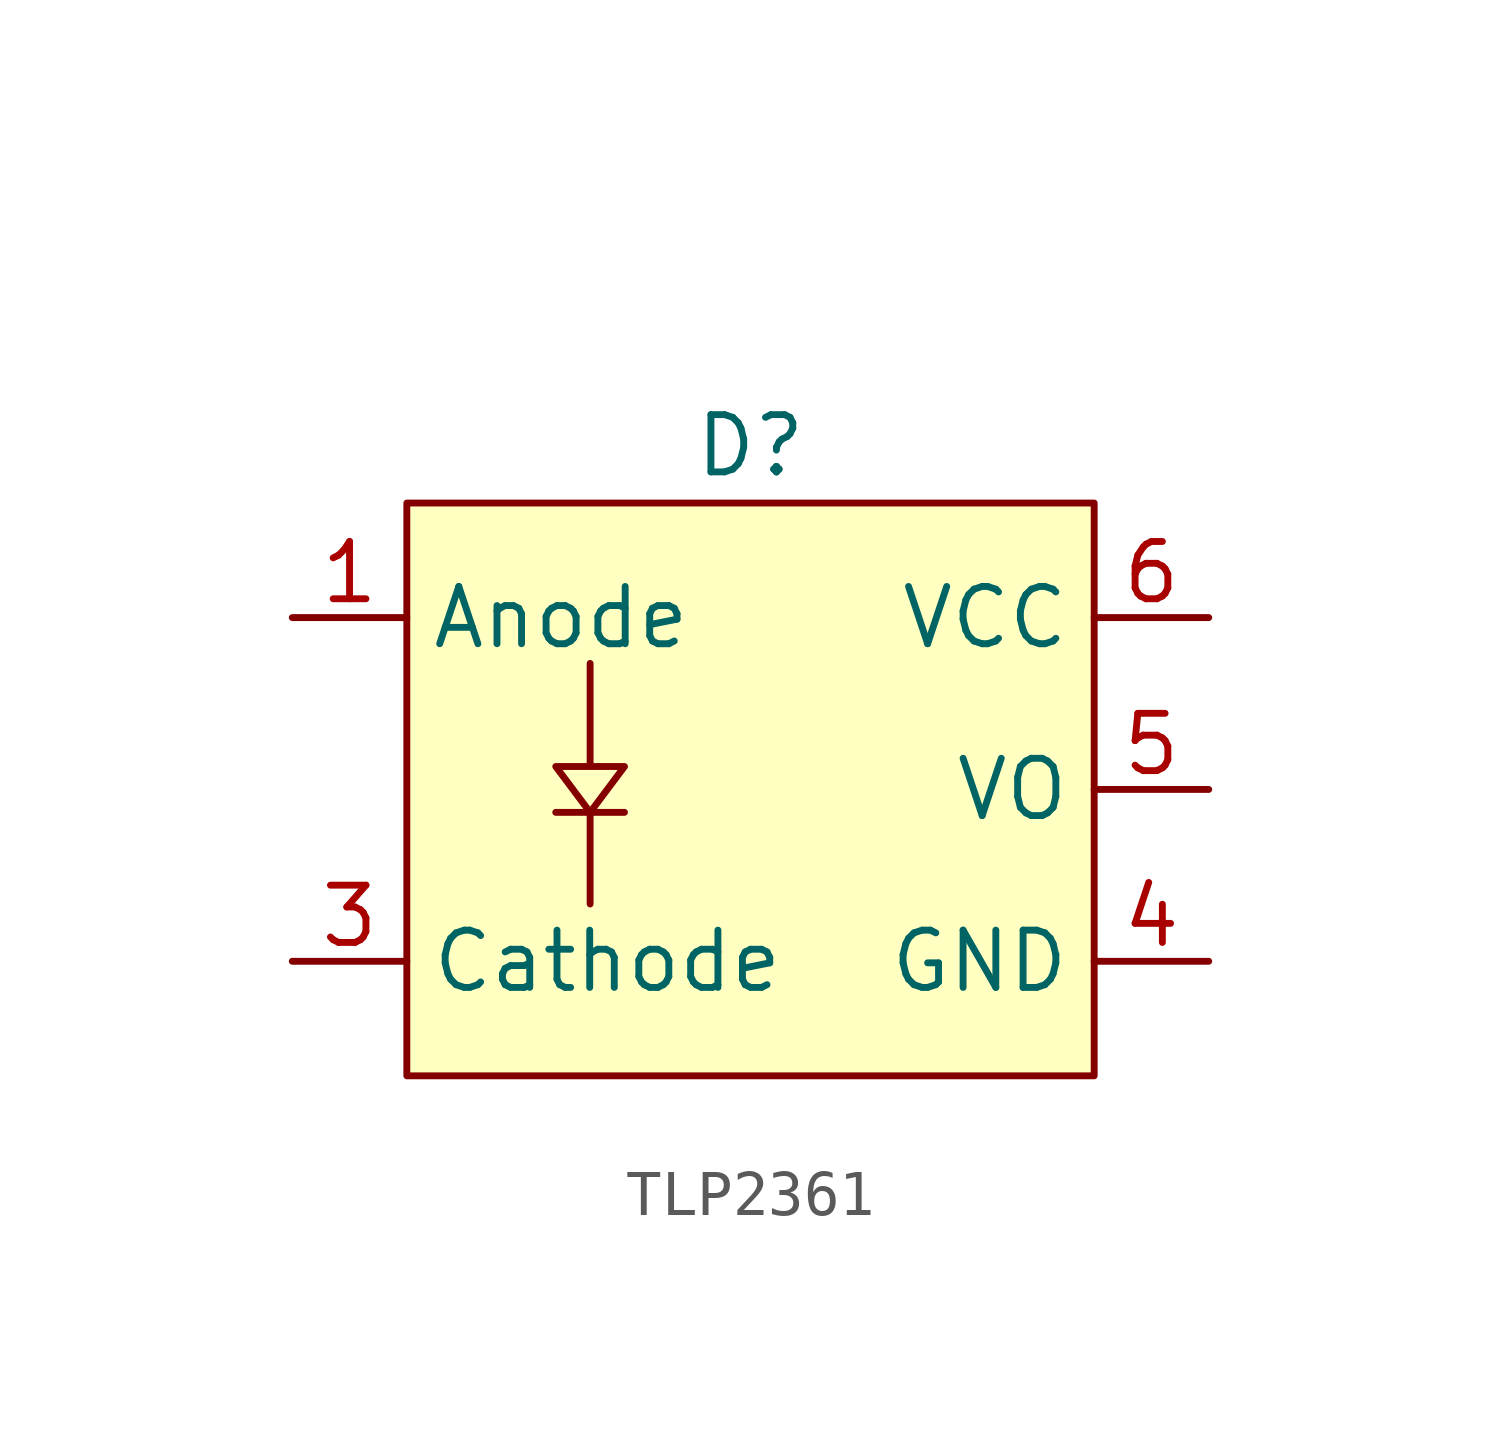
<source format=kicad_sym>
(kicad_symbol_lib
  (version 20220914)
  (generator kicad_symbol_editor)
  (symbol "TLP2361"
    (property "Reference" "D"
      (at 0 3.81 0)
      (effects (font (size 1.27 1.27))))
    (property "Value" ""
      (at 0 7.62 0)
      (effects (font (size 1.27 1.27))))
    (symbol "TLP2361_1_1"
      (rectangle (start -7.62 2.54) (end 7.62 -10.16) (stroke (width 0) (type default)) (fill (type background)))
      (polyline (pts (xy -3.556 -6.35) (xy -3.556 -5.08) (xy -3.556 -4.318) (xy -4.318 -4.318) (xy -2.794 -4.318) (xy -3.556 -4.318) (xy -4.318 -3.302) (xy -2.794 -3.302) (xy -3.556 -4.318) (xy -4.318 -3.302) (xy -3.556 -3.302) (xy -3.556 -1.016)) (stroke (width 0) (type default)) (fill (type none)))
      (pin passive line (at -10.16 0 0) (length 2.54) (name "Anode" (effects (font (size 1.27 1.27)))) (number "1" (effects (font (size 1.27 1.27)))))
      (pin passive line (at -10.16 -7.62 0) (length 2.54) (name "Cathode" (effects (font (size 1.27 1.27)))) (number "3" (effects (font (size 1.27 1.27)))))
      (pin passive line (at 10.16 -7.62 180) (length 2.54) (name "GND" (effects (font (size 1.27 1.27)))) (number "4" (effects (font (size 1.27 1.27)))))
      (pin passive line (at 10.16 -3.81 180) (length 2.54) (name "VO" (effects (font (size 1.27 1.27)))) (number "5" (effects (font (size 1.27 1.27)))))
      (pin passive line (at 10.16 0 180) (length 2.54) (name "VCC" (effects (font (size 1.27 1.27)))) (number "6" (effects (font (size 1.27 1.27))))))))
</source>
